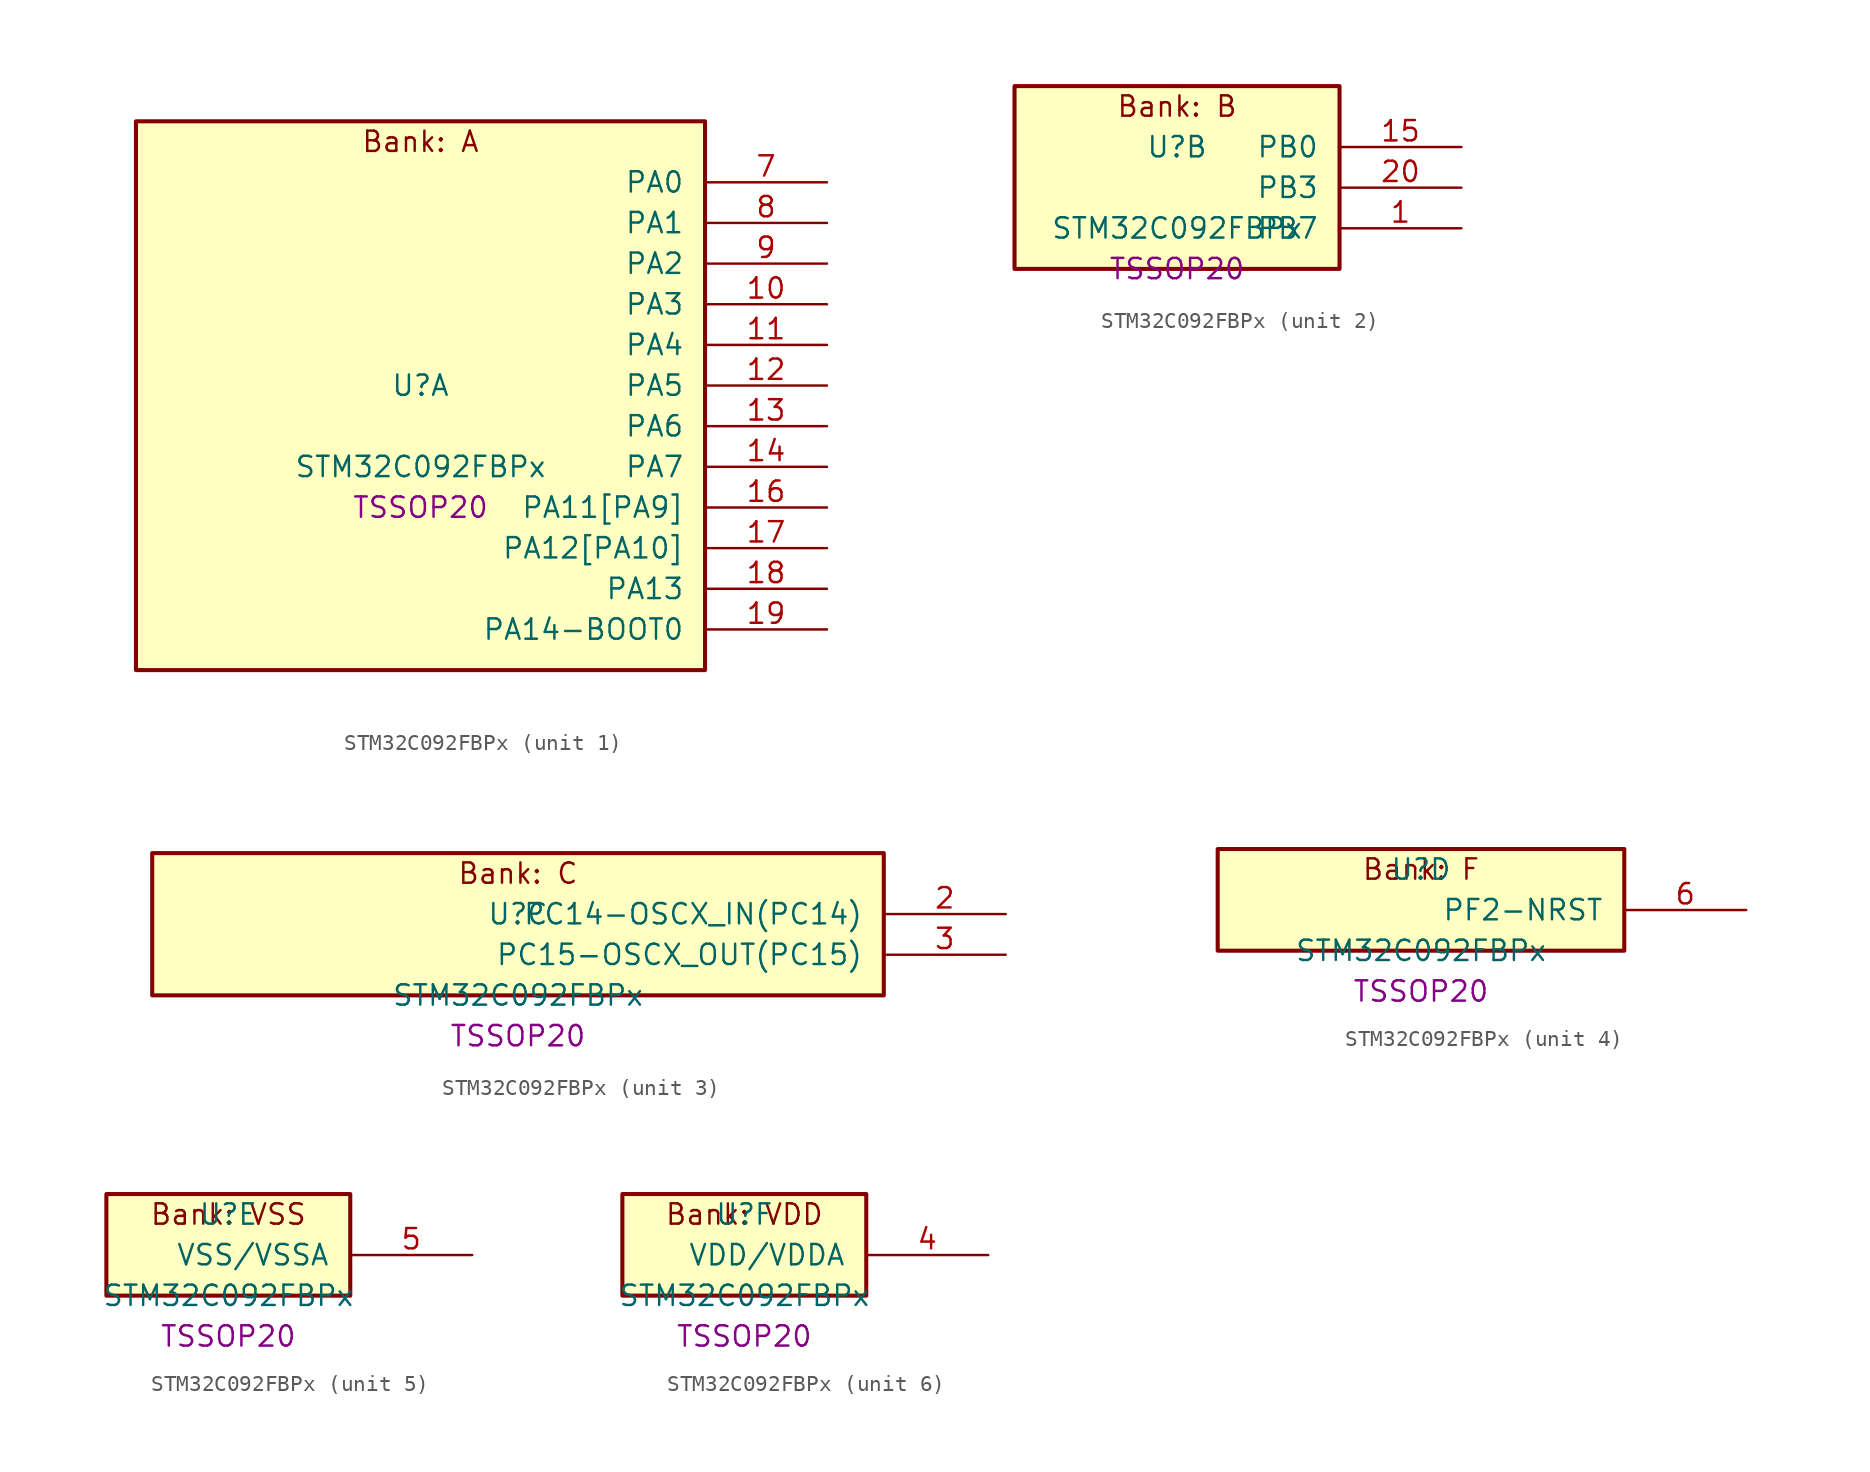
<source format=kicad_sym>
(kicad_symbol_lib
  (version 20241209)
  (generator "stm32_pkl_generator")
  (generator_version "1.0")
  (symbol "STM32C092FBPx"
    (pin_names
      (offset 1.27))
    (property "Reference" "U"
      (at 0 2.54 0))
    (property "Value" "STM32C092FBPx"
      (at 0 -2.54 0))
    (property "Footprint" "TSSOP20"
      (at 0 -5.08 0))
    (symbol "STM32C092FBPx_1_1"
      (rectangle (start -17.78 19.05) (end 17.78 -15.24) (stroke (width 0.254) (type solid)) (fill (type background)))
      (text "Bank: A" (at 0 17.78 0))
      (pin bidirectional line (at 25.4 15.24 180) (length 7.62) (name "PA0") (number "7") (alternate "PA0/ADC1_IN0" bidirectional line) (alternate "PA0/PWR_WKUP1" bidirectional line) (alternate "PA0/SPI2_SCK" bidirectional line) (alternate "PA0/TIM16_CH1" bidirectional line) (alternate "PA0/TIM1_CH1" bidirectional line) (alternate "PA0/TIM2_CH1" bidirectional line) (alternate "PA0/TIM2_ETR" bidirectional line) (alternate "PA0/USART1_TX" bidirectional line) (alternate "PA0/USART2_CTS" bidirectional line) (alternate "PA0/USART2_NSS" bidirectional line) (alternate "PA0/USART4_TX" bidirectional line))
      (pin bidirectional line (at 25.4 12.7 180) (length 7.62) (name "PA1") (number "8") (alternate "PA1/ADC1_IN1" bidirectional line) (alternate "PA1/I2C1_SMBA" bidirectional line) (alternate "PA1/I2S1_CK" bidirectional line) (alternate "PA1/SPI1_SCK" bidirectional line) (alternate "PA1/TIM15_CH1N" bidirectional line) (alternate "PA1/TIM17_CH1" bidirectional line) (alternate "PA1/TIM1_CH2" bidirectional line) (alternate "PA1/TIM2_CH2" bidirectional line) (alternate "PA1/USART1_RX" bidirectional line) (alternate "PA1/USART2_CK" bidirectional line) (alternate "PA1/USART2_DE" bidirectional line) (alternate "PA1/USART2_RTS" bidirectional line) (alternate "PA1/USART4_RX" bidirectional line))
      (pin bidirectional line (at 25.4 10.16 180) (length 7.62) (name "PA2") (number "9") (alternate "PA2/ADC1_IN2" bidirectional line) (alternate "PA2/I2S1_SD" bidirectional line) (alternate "PA2/PWR_WKUP4" bidirectional line) (alternate "PA2/RCC_LSCO" bidirectional line) (alternate "PA2/SPI1_MOSI" bidirectional line) (alternate "PA2/TIM15_CH1" bidirectional line) (alternate "PA2/TIM16_CH1N" bidirectional line) (alternate "PA2/TIM1_CH3" bidirectional line) (alternate "PA2/TIM2_CH3" bidirectional line) (alternate "PA2/TIM3_ETR" bidirectional line) (alternate "PA2/USART2_TX" bidirectional line))
      (pin bidirectional line (at 25.4 7.62 180) (length 7.62) (name "PA3") (number "10") (alternate "PA3/ADC1_IN3" bidirectional line) (alternate "PA3/SPI2_MISO" bidirectional line) (alternate "PA3/TIM15_CH2" bidirectional line) (alternate "PA3/TIM1_CH1N" bidirectional line) (alternate "PA3/TIM1_CH4" bidirectional line) (alternate "PA3/TIM2_CH4" bidirectional line) (alternate "PA3/USART2_RX" bidirectional line))
      (pin bidirectional line (at 25.4 5.08 180) (length 7.62) (name "PA4") (number "11") (alternate "PA4/ADC1_IN4" bidirectional line) (alternate "PA4/I2S1_WS" bidirectional line) (alternate "PA4/PWR_WKUP2" bidirectional line) (alternate "PA4/RTC_OUT1" bidirectional line) (alternate "PA4/RTC_TS" bidirectional line) (alternate "PA4/SPI1_NSS" bidirectional line) (alternate "PA4/SPI2_MOSI" bidirectional line) (alternate "PA4/TIM14_CH1" bidirectional line) (alternate "PA4/TIM17_CH1N" bidirectional line) (alternate "PA4/TIM1_CH2N" bidirectional line) (alternate "PA4/USART2_TX" bidirectional line))
      (pin bidirectional line (at 25.4 2.54 180) (length 7.62) (name "PA5") (number "12") (alternate "PA5/ADC1_IN5" bidirectional line) (alternate "PA5/I2S1_CK" bidirectional line) (alternate "PA5/SPI1_SCK" bidirectional line) (alternate "PA5/TIM1_CH1" bidirectional line) (alternate "PA5/TIM1_CH3N" bidirectional line) (alternate "PA5/TIM2_CH1" bidirectional line) (alternate "PA5/TIM2_ETR" bidirectional line) (alternate "PA5/USART2_RX" bidirectional line) (alternate "PA5/USART3_TX" bidirectional line))
      (pin bidirectional line (at 25.4 0 180) (length 7.62) (name "PA6") (number "13") (alternate "PA6/ADC1_IN6" bidirectional line) (alternate "PA6/I2C2_SDA" bidirectional line) (alternate "PA6/I2S1_MCK" bidirectional line) (alternate "PA6/SPI1_MISO" bidirectional line) (alternate "PA6/TIM16_CH1" bidirectional line) (alternate "PA6/TIM1_BKIN" bidirectional line) (alternate "PA6/TIM3_CH1" bidirectional line) (alternate "PA6/USART3_CTS" bidirectional line) (alternate "PA6/USART3_NSS" bidirectional line))
      (pin bidirectional line (at 25.4 -2.54 180) (length 7.62) (name "PA7") (number "14") (alternate "PA7/ADC1_IN7" bidirectional line) (alternate "PA7/I2C2_SCL" bidirectional line) (alternate "PA7/I2S1_SD" bidirectional line) (alternate "PA7/SPI1_MOSI" bidirectional line) (alternate "PA7/TIM14_CH1" bidirectional line) (alternate "PA7/TIM17_CH1" bidirectional line) (alternate "PA7/TIM1_CH1N" bidirectional line) (alternate "PA7/TIM3_CH2" bidirectional line))
      (pin bidirectional line (at 25.4 -5.08 180) (length 7.62) (name "PA11[PA9]") (number "16") (alternate "PA11[PA9]/ADC1_EXTI11" bidirectional line) (alternate "PA11[PA9]/FDCAN1_RX" bidirectional line) (alternate "PA11[PA9]/I2C2_SCL" bidirectional line) (alternate "PA11[PA9]/I2S1_MCK" bidirectional line) (alternate "PA11[PA9]/SPI1_MISO" bidirectional line) (alternate "PA11[PA9]/TIM1_BKIN2" bidirectional line) (alternate "PA11[PA9]/TIM1_CH4" bidirectional line) (alternate "PA11[PA9]/USART1_CTS" bidirectional line) (alternate "PA11[PA9]/USART1_NSS" bidirectional line) (alternate "PA11[PA9]/PA9[PA11]" bidirectional line) (alternate "PA11[PA9]/I2C1_SCL" bidirectional line) (alternate "PA11[PA9]/RCC_MCO" bidirectional line) (alternate "PA11[PA9]/SPI2_MISO" bidirectional line) (alternate "PA11[PA9]/TIM15_BKIN" bidirectional line) (alternate "PA11[PA9]/TIM1_CH2" bidirectional line) (alternate "PA11[PA9]/TIM3_ETR" bidirectional line) (alternate "PA11[PA9]/USART1_TX" bidirectional line))
      (pin bidirectional line (at 25.4 -7.62 180) (length 7.62) (name "PA12[PA10]") (number "17") (alternate "PA12[PA10]/FDCAN1_TX" bidirectional line) (alternate "PA12[PA10]/I2C2_SDA" bidirectional line) (alternate "PA12[PA10]/I2S1_SD" bidirectional line) (alternate "PA12[PA10]/I2S_CKIN" bidirectional line) (alternate "PA12[PA10]/SPI1_MOSI" bidirectional line) (alternate "PA12[PA10]/TIM1_ETR" bidirectional line) (alternate "PA12[PA10]/USART1_CK" bidirectional line) (alternate "PA12[PA10]/USART1_DE" bidirectional line) (alternate "PA12[PA10]/USART1_RTS" bidirectional line) (alternate "PA12[PA10]/PA10[PA12]" bidirectional line) (alternate "PA12[PA10]/I2C1_SDA" bidirectional line) (alternate "PA12[PA10]/RCC_MCO_2" bidirectional line) (alternate "PA12[PA10]/SPI2_MOSI" bidirectional line) (alternate "PA12[PA10]/TIM17_BKIN" bidirectional line) (alternate "PA12[PA10]/TIM1_CH3" bidirectional line) (alternate "PA12[PA10]/USART1_RX" bidirectional line))
      (pin bidirectional line (at 25.4 -10.16 180) (length 7.62) (name "PA13") (number "18") (alternate "PA13/ADC1_IN13" bidirectional line) (alternate "PA13/DEBUG_SWDIO" bidirectional line) (alternate "PA13/IR_OUT" bidirectional line) (alternate "PA13/TIM3_ETR" bidirectional line) (alternate "PA13/USART2_RX" bidirectional line))
      (pin bidirectional line (at 25.4 -12.7 180) (length 7.62) (name "PA14-BOOT0") (number "19") (alternate "PA14-BOOT0/ADC1_IN14" bidirectional line) (alternate "PA14-BOOT0/BOOT0" bidirectional line) (alternate "PA14-BOOT0/DEBUG_SWCLK" bidirectional line) (alternate "PA14-BOOT0/I2S1_WS" bidirectional line) (alternate "PA14-BOOT0/RCC_MCO_2" bidirectional line) (alternate "PA14-BOOT0/SPI1_NSS" bidirectional line) (alternate "PA14-BOOT0/TIM1_CH1" bidirectional line) (alternate "PA14-BOOT0/USART1_CK" bidirectional line) (alternate "PA14-BOOT0/USART1_DE" bidirectional line) (alternate "PA14-BOOT0/USART1_RTS" bidirectional line) (alternate "PA14-BOOT0/USART2_RX" bidirectional line) (alternate "PA14-BOOT0/USART2_TX" bidirectional line) (alternate "PA14-BOOT0/PA15" bidirectional line) (alternate "PA14-BOOT0/TIM2_CH1" bidirectional line) (alternate "PA14-BOOT0/TIM2_ETR" bidirectional line) (alternate "PA14-BOOT0/USART3_CK" bidirectional line) (alternate "PA14-BOOT0/USART3_DE" bidirectional line) (alternate "PA14-BOOT0/USART3_RTS" bidirectional line) (alternate "PA14-BOOT0/USART4_CK" bidirectional line) (alternate "PA14-BOOT0/USART4_DE" bidirectional line) (alternate "PA14-BOOT0/USART4_RTS" bidirectional line)))
    (symbol "STM32C092FBPx_2_1"
      (rectangle (start -10.16 6.35) (end 10.16 -5.08) (stroke (width 0.254) (type solid)) (fill (type background)))
      (text "Bank: B" (at 0 5.08 0))
      (pin bidirectional line (at 17.78 2.54 180) (length 7.62) (name "PB0") (number "15") (alternate "PB0/ADC1_IN17" bidirectional line) (alternate "PB0/FDCAN1_RX" bidirectional line) (alternate "PB0/I2S1_WS" bidirectional line) (alternate "PB0/SPI1_NSS" bidirectional line) (alternate "PB0/TIM1_CH2N" bidirectional line) (alternate "PB0/TIM3_CH3" bidirectional line) (alternate "PB0/USART3_RX" bidirectional line) (alternate "PB0/PB1" bidirectional line) (alternate "PB0/ADC1_IN18" bidirectional line) (alternate "PB0/FDCAN1_TX" bidirectional line) (alternate "PB0/TIM14_CH1" bidirectional line) (alternate "PB0/TIM1_CH3N" bidirectional line) (alternate "PB0/TIM3_CH4" bidirectional line) (alternate "PB0/USART3_CK" bidirectional line) (alternate "PB0/USART3_DE" bidirectional line) (alternate "PB0/USART3_RTS" bidirectional line) (alternate "PB0/PB2" bidirectional line) (alternate "PB0/ADC1_IN19" bidirectional line) (alternate "PB0/RCC_MCO_2" bidirectional line) (alternate "PB0/SPI2_MISO" bidirectional line) (alternate "PB0/USART1_RX" bidirectional line) (alternate "PB0/USART3_TX" bidirectional line) (alternate "PB0/PA8" bidirectional line) (alternate "PB0/ADC1_IN8" bidirectional line) (alternate "PB0/RCC_MCO" bidirectional line) (alternate "PB0/SPI2_NSS" bidirectional line) (alternate "PB0/TIM1_CH1" bidirectional line) (alternate "PB0/USART2_TX" bidirectional line))
      (pin bidirectional line (at 17.78 0 180) (length 7.62) (name "PB3") (number "20") (alternate "PB3/I2C2_SCL" bidirectional line) (alternate "PB3/I2S1_CK" bidirectional line) (alternate "PB3/SPI1_SCK" bidirectional line) (alternate "PB3/TIM1_CH2" bidirectional line) (alternate "PB3/TIM2_CH2" bidirectional line) (alternate "PB3/TIM3_CH2" bidirectional line) (alternate "PB3/USART1_CK" bidirectional line) (alternate "PB3/USART1_DE" bidirectional line) (alternate "PB3/USART1_RTS" bidirectional line) (alternate "PB3/PB4" bidirectional line) (alternate "PB3/I2C2_SDA" bidirectional line) (alternate "PB3/I2S1_MCK" bidirectional line) (alternate "PB3/SPI1_MISO" bidirectional line) (alternate "PB3/TIM17_BKIN" bidirectional line) (alternate "PB3/TIM3_CH1" bidirectional line) (alternate "PB3/USART1_CTS" bidirectional line) (alternate "PB3/USART1_NSS" bidirectional line) (alternate "PB3/PB5" bidirectional line) (alternate "PB3/FDCAN1_RX" bidirectional line) (alternate "PB3/I2C1_SMBA" bidirectional line) (alternate "PB3/I2S1_SD" bidirectional line) (alternate "PB3/PWR_WKUP6" bidirectional line) (alternate "PB3/SPI1_MOSI" bidirectional line) (alternate "PB3/TIM16_BKIN" bidirectional line) (alternate "PB3/TIM3_CH3" bidirectional line) (alternate "PB3/PB6" bidirectional line) (alternate "PB3/FDCAN1_TX" bidirectional line) (alternate "PB3/I2C1_SCL" bidirectional line) (alternate "PB3/PWR_WKUP3" bidirectional line) (alternate "PB3/SPI2_MISO" bidirectional line) (alternate "PB3/TIM16_CH1N" bidirectional line) (alternate "PB3/TIM1_CH3" bidirectional line) (alternate "PB3/USART1_TX" bidirectional line))
      (pin bidirectional line (at 17.78 -2.54 180) (length 7.62) (name "PB7") (number "1") (alternate "PB7/I2C1_SCL" bidirectional line) (alternate "PB7/I2C1_SDA" bidirectional line) (alternate "PB7/RTC_REFIN" bidirectional line) (alternate "PB7/SPI2_MOSI" bidirectional line) (alternate "PB7/TIM16_CH1" bidirectional line) (alternate "PB7/TIM17_CH1N" bidirectional line) (alternate "PB7/TIM1_CH4" bidirectional line) (alternate "PB7/TIM3_CH1" bidirectional line) (alternate "PB7/TIM3_CH4" bidirectional line) (alternate "PB7/USART1_RX" bidirectional line) (alternate "PB7/USART2_CTS" bidirectional line) (alternate "PB7/USART2_NSS" bidirectional line) (alternate "PB7/USART4_CTS" bidirectional line) (alternate "PB7/USART4_NSS" bidirectional line) (alternate "PB7/PB8" bidirectional line) (alternate "PB7/FDCAN1_RX" bidirectional line) (alternate "PB7/SPI2_SCK" bidirectional line) (alternate "PB7/TIM15_BKIN" bidirectional line) (alternate "PB7/USART3_TX" bidirectional line)))
    (symbol "STM32C092FBPx_3_1"
      (rectangle (start -22.86 6.35) (end 22.86 -2.54) (stroke (width 0.254) (type solid)) (fill (type background)))
      (text "Bank: C" (at 0 5.08 0))
      (pin bidirectional line (at 30.48 2.54 180) (length 7.62) (name "PC14-OSCX_IN(PC14)") (number "2") (alternate "PC14-OSCX_IN(PC14)/FDCAN1_TX" bidirectional line) (alternate "PC14-OSCX_IN(PC14)/I2C1_SDA" bidirectional line) (alternate "PC14-OSCX_IN(PC14)/IR_OUT" bidirectional line) (alternate "PC14-OSCX_IN(PC14)/RCC_OSCX_IN" bidirectional line) (alternate "PC14-OSCX_IN(PC14)/SPI2_NSS" bidirectional line) (alternate "PC14-OSCX_IN(PC14)/TIM17_CH1" bidirectional line) (alternate "PC14-OSCX_IN(PC14)/TIM1_BKIN2" bidirectional line) (alternate "PC14-OSCX_IN(PC14)/TIM1_ETR" bidirectional line) (alternate "PC14-OSCX_IN(PC14)/TIM3_CH2" bidirectional line) (alternate "PC14-OSCX_IN(PC14)/USART1_TX" bidirectional line) (alternate "PC14-OSCX_IN(PC14)/USART2_CK" bidirectional line) (alternate "PC14-OSCX_IN(PC14)/USART2_DE" bidirectional line) (alternate "PC14-OSCX_IN(PC14)/USART2_RTS" bidirectional line) (alternate "PC14-OSCX_IN(PC14)/USART3_TX" bidirectional line))
      (pin bidirectional line (at 30.48 0 180) (length 7.62) (name "PC15-OSCX_OUT(PC15)") (number "3") (alternate "PC15-OSCX_OUT(PC15)/RCC_OSC32_EN" bidirectional line) (alternate "PC15-OSCX_OUT(PC15)/RCC_OSCX_OUT" bidirectional line) (alternate "PC15-OSCX_OUT(PC15)/RCC_OSC_EN" bidirectional line) (alternate "PC15-OSCX_OUT(PC15)/TIM15_BKIN" bidirectional line) (alternate "PC15-OSCX_OUT(PC15)/TIM1_ETR" bidirectional line) (alternate "PC15-OSCX_OUT(PC15)/TIM3_CH3" bidirectional line)))
    (symbol "STM32C092FBPx_4_1"
      (rectangle (start -12.7 3.81) (end 12.7 -2.54) (stroke (width 0.254) (type solid)) (fill (type background)))
      (text "Bank: F" (at 0 2.54 0))
      (pin bidirectional line (at 20.32 0 180) (length 7.62) (name "PF2-NRST") (number "6") (alternate "PF2-NRST/RCC_MCO" bidirectional line) (alternate "PF2-NRST/TIM1_CH4" bidirectional line)))
    (symbol "STM32C092FBPx_5_1"
      (rectangle (start -7.62 3.81) (end 7.62 -2.54) (stroke (width 0.254) (type solid)) (fill (type background)))
      (text "Bank: VSS" (at 0 2.54 0))
      (pin power_in line (at 15.24 0 180) (length 7.62) (name "VSS/VSSA") (number "5")))
    (symbol "STM32C092FBPx_6_1"
      (rectangle (start -7.62 3.81) (end 7.62 -2.54) (stroke (width 0.254) (type solid)) (fill (type background)))
      (text "Bank: VDD" (at 0 2.54 0))
      (pin power_in line (at 15.24 0 180) (length 7.62) (name "VDD/VDDA") (number "4")))))
</source>
